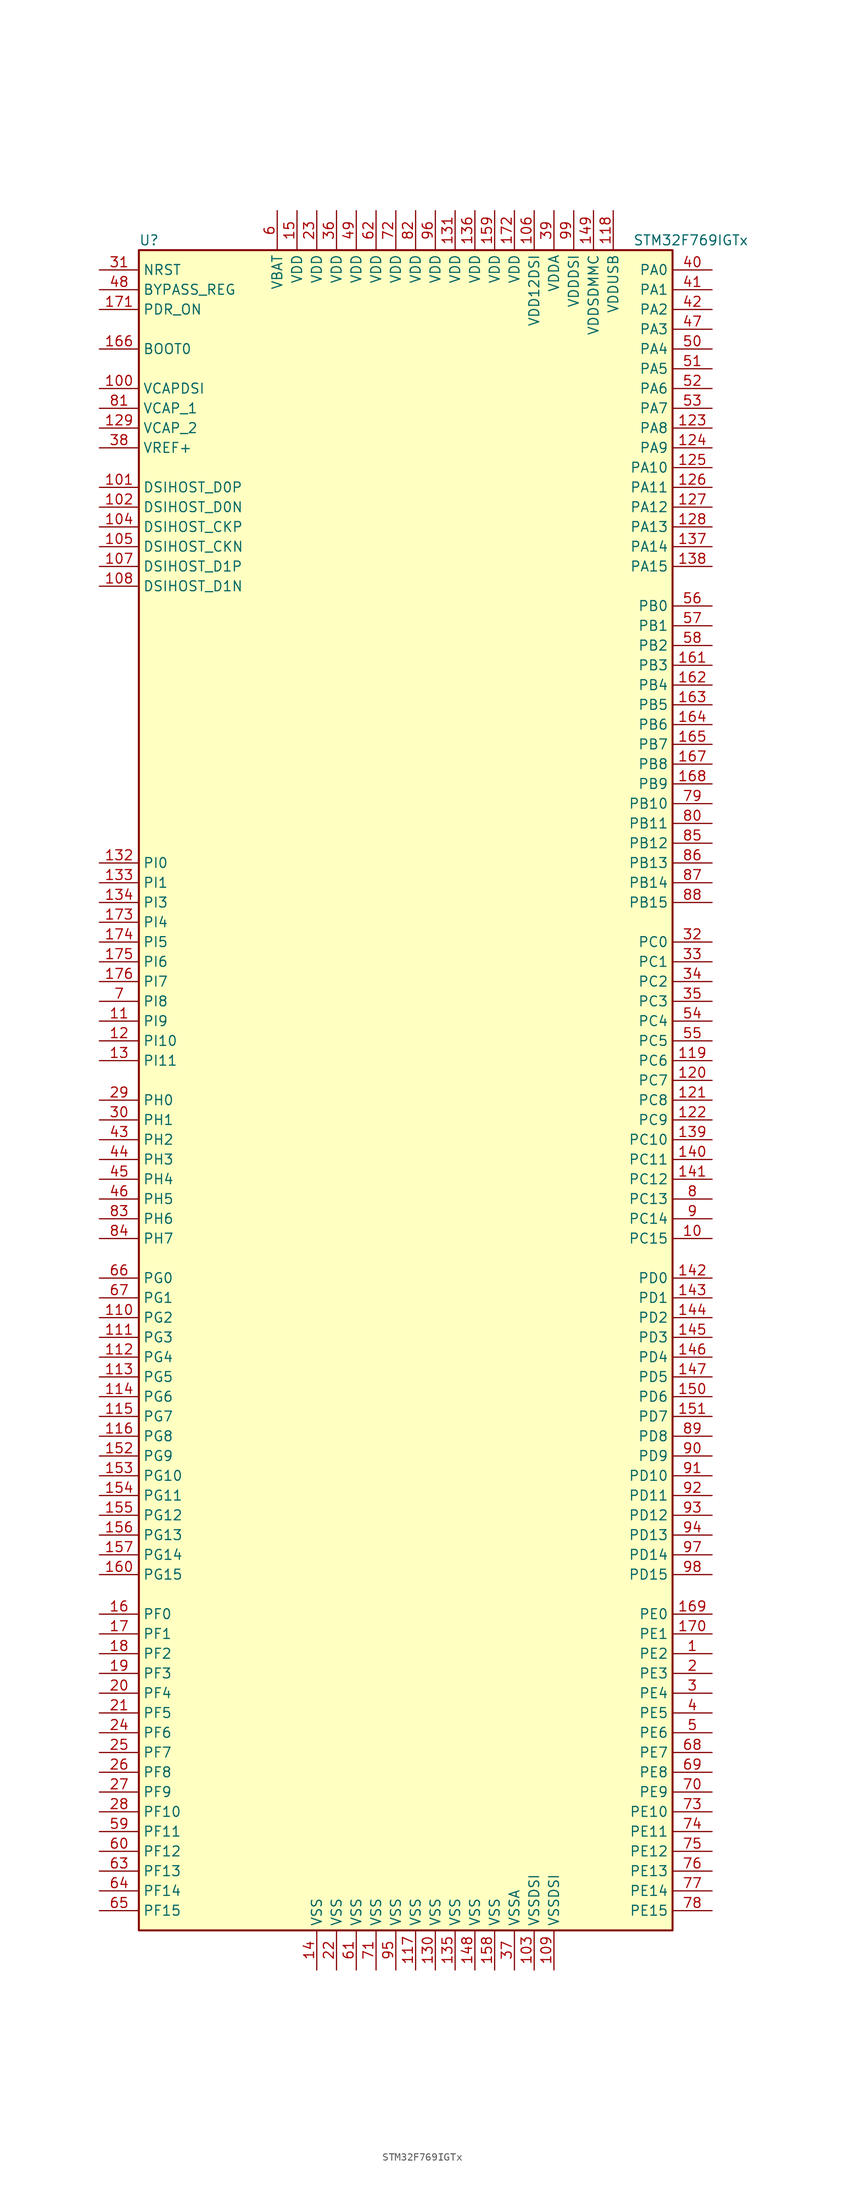
<source format=kicad_sym>
(kicad_symbol_lib
  (version 20220914)
  (generator kicad_symbol_editor)
  (symbol "STM32F769IGTx"
    (property "Reference" "U"
      (at -35.56 107.95 0)
      (effects (font (size 1.27 1.27)) (justify left)))
    (property "Value" "STM32F769IGTx"
      (at 27.94 107.95 0)
      (effects (font (size 1.27 1.27)) (justify left)))
    (symbol "STM32F769IGTx_0_1"
      (rectangle (start -35.56 -109.22) (end 33.02 106.68) (stroke (width 0.254) (type default)) (fill (type background))))
    (symbol "STM32F769IGTx_1_1"
      (pin bidirectional line (at 38.1 -73.66 180) (length 5.08) (name "PE2" (effects (font (size 1.27 1.27)))) (number "1" (effects (font (size 1.27 1.27)))))
      (pin bidirectional line (at 38.1 -20.32 180) (length 5.08) (name "PC15" (effects (font (size 1.27 1.27)))) (number "10" (effects (font (size 1.27 1.27)))))
      (pin power_in line (at -40.64 88.9 0) (length 5.08) (name "VCAPDSI" (effects (font (size 1.27 1.27)))) (number "100" (effects (font (size 1.27 1.27)))))
      (pin bidirectional line (at -40.64 76.2 0) (length 5.08) (name "DSIHOST_D0P" (effects (font (size 1.27 1.27)))) (number "101" (effects (font (size 1.27 1.27)))))
      (pin bidirectional line (at -40.64 73.66 0) (length 5.08) (name "DSIHOST_D0N" (effects (font (size 1.27 1.27)))) (number "102" (effects (font (size 1.27 1.27)))))
      (pin power_in line (at 15.24 -114.3 90) (length 5.08) (name "VSSDSI" (effects (font (size 1.27 1.27)))) (number "103" (effects (font (size 1.27 1.27)))))
      (pin bidirectional line (at -40.64 71.12 0) (length 5.08) (name "DSIHOST_CKP" (effects (font (size 1.27 1.27)))) (number "104" (effects (font (size 1.27 1.27)))))
      (pin bidirectional line (at -40.64 68.58 0) (length 5.08) (name "DSIHOST_CKN" (effects (font (size 1.27 1.27)))) (number "105" (effects (font (size 1.27 1.27)))))
      (pin power_in line (at 15.24 111.76 270) (length 5.08) (name "VDD12DSI" (effects (font (size 1.27 1.27)))) (number "106" (effects (font (size 1.27 1.27)))))
      (pin bidirectional line (at -40.64 66.04 0) (length 5.08) (name "DSIHOST_D1P" (effects (font (size 1.27 1.27)))) (number "107" (effects (font (size 1.27 1.27)))))
      (pin bidirectional line (at -40.64 63.5 0) (length 5.08) (name "DSIHOST_D1N" (effects (font (size 1.27 1.27)))) (number "108" (effects (font (size 1.27 1.27)))))
      (pin power_in line (at 17.78 -114.3 90) (length 5.08) (name "VSSDSI" (effects (font (size 1.27 1.27)))) (number "109" (effects (font (size 1.27 1.27)))))
      (pin bidirectional line (at -40.64 7.62 0) (length 5.08) (name "PI9" (effects (font (size 1.27 1.27)))) (number "11" (effects (font (size 1.27 1.27)))))
      (pin bidirectional line (at -40.64 -30.48 0) (length 5.08) (name "PG2" (effects (font (size 1.27 1.27)))) (number "110" (effects (font (size 1.27 1.27)))))
      (pin bidirectional line (at -40.64 -33.02 0) (length 5.08) (name "PG3" (effects (font (size 1.27 1.27)))) (number "111" (effects (font (size 1.27 1.27)))))
      (pin bidirectional line (at -40.64 -35.56 0) (length 5.08) (name "PG4" (effects (font (size 1.27 1.27)))) (number "112" (effects (font (size 1.27 1.27)))))
      (pin bidirectional line (at -40.64 -38.1 0) (length 5.08) (name "PG5" (effects (font (size 1.27 1.27)))) (number "113" (effects (font (size 1.27 1.27)))))
      (pin bidirectional line (at -40.64 -40.64 0) (length 5.08) (name "PG6" (effects (font (size 1.27 1.27)))) (number "114" (effects (font (size 1.27 1.27)))))
      (pin bidirectional line (at -40.64 -43.18 0) (length 5.08) (name "PG7" (effects (font (size 1.27 1.27)))) (number "115" (effects (font (size 1.27 1.27)))))
      (pin bidirectional line (at -40.64 -45.72 0) (length 5.08) (name "PG8" (effects (font (size 1.27 1.27)))) (number "116" (effects (font (size 1.27 1.27)))))
      (pin power_in line (at 0 -114.3 90) (length 5.08) (name "VSS" (effects (font (size 1.27 1.27)))) (number "117" (effects (font (size 1.27 1.27)))))
      (pin power_in line (at 25.4 111.76 270) (length 5.08) (name "VDDUSB" (effects (font (size 1.27 1.27)))) (number "118" (effects (font (size 1.27 1.27)))))
      (pin bidirectional line (at 38.1 2.54 180) (length 5.08) (name "PC6" (effects (font (size 1.27 1.27)))) (number "119" (effects (font (size 1.27 1.27)))))
      (pin bidirectional line (at -40.64 5.08 0) (length 5.08) (name "PI10" (effects (font (size 1.27 1.27)))) (number "12" (effects (font (size 1.27 1.27)))))
      (pin bidirectional line (at 38.1 0 180) (length 5.08) (name "PC7" (effects (font (size 1.27 1.27)))) (number "120" (effects (font (size 1.27 1.27)))))
      (pin bidirectional line (at 38.1 -2.54 180) (length 5.08) (name "PC8" (effects (font (size 1.27 1.27)))) (number "121" (effects (font (size 1.27 1.27)))))
      (pin bidirectional line (at 38.1 -5.08 180) (length 5.08) (name "PC9" (effects (font (size 1.27 1.27)))) (number "122" (effects (font (size 1.27 1.27)))))
      (pin bidirectional line (at 38.1 83.82 180) (length 5.08) (name "PA8" (effects (font (size 1.27 1.27)))) (number "123" (effects (font (size 1.27 1.27)))))
      (pin bidirectional line (at 38.1 81.28 180) (length 5.08) (name "PA9" (effects (font (size 1.27 1.27)))) (number "124" (effects (font (size 1.27 1.27)))))
      (pin bidirectional line (at 38.1 78.74 180) (length 5.08) (name "PA10" (effects (font (size 1.27 1.27)))) (number "125" (effects (font (size 1.27 1.27)))))
      (pin bidirectional line (at 38.1 76.2 180) (length 5.08) (name "PA11" (effects (font (size 1.27 1.27)))) (number "126" (effects (font (size 1.27 1.27)))))
      (pin bidirectional line (at 38.1 73.66 180) (length 5.08) (name "PA12" (effects (font (size 1.27 1.27)))) (number "127" (effects (font (size 1.27 1.27)))))
      (pin bidirectional line (at 38.1 71.12 180) (length 5.08) (name "PA13" (effects (font (size 1.27 1.27)))) (number "128" (effects (font (size 1.27 1.27)))))
      (pin power_in line (at -40.64 83.82 0) (length 5.08) (name "VCAP_2" (effects (font (size 1.27 1.27)))) (number "129" (effects (font (size 1.27 1.27)))))
      (pin bidirectional line (at -40.64 2.54 0) (length 5.08) (name "PI11" (effects (font (size 1.27 1.27)))) (number "13" (effects (font (size 1.27 1.27)))))
      (pin power_in line (at 2.54 -114.3 90) (length 5.08) (name "VSS" (effects (font (size 1.27 1.27)))) (number "130" (effects (font (size 1.27 1.27)))))
      (pin power_in line (at 5.08 111.76 270) (length 5.08) (name "VDD" (effects (font (size 1.27 1.27)))) (number "131" (effects (font (size 1.27 1.27)))))
      (pin bidirectional line (at -40.64 27.94 0) (length 5.08) (name "PI0" (effects (font (size 1.27 1.27)))) (number "132" (effects (font (size 1.27 1.27)))))
      (pin bidirectional line (at -40.64 25.4 0) (length 5.08) (name "PI1" (effects (font (size 1.27 1.27)))) (number "133" (effects (font (size 1.27 1.27)))))
      (pin bidirectional line (at -40.64 22.86 0) (length 5.08) (name "PI3" (effects (font (size 1.27 1.27)))) (number "134" (effects (font (size 1.27 1.27)))))
      (pin power_in line (at 5.08 -114.3 90) (length 5.08) (name "VSS" (effects (font (size 1.27 1.27)))) (number "135" (effects (font (size 1.27 1.27)))))
      (pin power_in line (at 7.62 111.76 270) (length 5.08) (name "VDD" (effects (font (size 1.27 1.27)))) (number "136" (effects (font (size 1.27 1.27)))))
      (pin bidirectional line (at 38.1 68.58 180) (length 5.08) (name "PA14" (effects (font (size 1.27 1.27)))) (number "137" (effects (font (size 1.27 1.27)))))
      (pin bidirectional line (at 38.1 66.04 180) (length 5.08) (name "PA15" (effects (font (size 1.27 1.27)))) (number "138" (effects (font (size 1.27 1.27)))))
      (pin bidirectional line (at 38.1 -7.62 180) (length 5.08) (name "PC10" (effects (font (size 1.27 1.27)))) (number "139" (effects (font (size 1.27 1.27)))))
      (pin power_in line (at -12.7 -114.3 90) (length 5.08) (name "VSS" (effects (font (size 1.27 1.27)))) (number "14" (effects (font (size 1.27 1.27)))))
      (pin bidirectional line (at 38.1 -10.16 180) (length 5.08) (name "PC11" (effects (font (size 1.27 1.27)))) (number "140" (effects (font (size 1.27 1.27)))))
      (pin bidirectional line (at 38.1 -12.7 180) (length 5.08) (name "PC12" (effects (font (size 1.27 1.27)))) (number "141" (effects (font (size 1.27 1.27)))))
      (pin bidirectional line (at 38.1 -25.4 180) (length 5.08) (name "PD0" (effects (font (size 1.27 1.27)))) (number "142" (effects (font (size 1.27 1.27)))))
      (pin bidirectional line (at 38.1 -27.94 180) (length 5.08) (name "PD1" (effects (font (size 1.27 1.27)))) (number "143" (effects (font (size 1.27 1.27)))))
      (pin bidirectional line (at 38.1 -30.48 180) (length 5.08) (name "PD2" (effects (font (size 1.27 1.27)))) (number "144" (effects (font (size 1.27 1.27)))))
      (pin bidirectional line (at 38.1 -33.02 180) (length 5.08) (name "PD3" (effects (font (size 1.27 1.27)))) (number "145" (effects (font (size 1.27 1.27)))))
      (pin bidirectional line (at 38.1 -35.56 180) (length 5.08) (name "PD4" (effects (font (size 1.27 1.27)))) (number "146" (effects (font (size 1.27 1.27)))))
      (pin bidirectional line (at 38.1 -38.1 180) (length 5.08) (name "PD5" (effects (font (size 1.27 1.27)))) (number "147" (effects (font (size 1.27 1.27)))))
      (pin power_in line (at 7.62 -114.3 90) (length 5.08) (name "VSS" (effects (font (size 1.27 1.27)))) (number "148" (effects (font (size 1.27 1.27)))))
      (pin power_in line (at 22.86 111.76 270) (length 5.08) (name "VDDSDMMC" (effects (font (size 1.27 1.27)))) (number "149" (effects (font (size 1.27 1.27)))))
      (pin power_in line (at -15.24 111.76 270) (length 5.08) (name "VDD" (effects (font (size 1.27 1.27)))) (number "15" (effects (font (size 1.27 1.27)))))
      (pin bidirectional line (at 38.1 -40.64 180) (length 5.08) (name "PD6" (effects (font (size 1.27 1.27)))) (number "150" (effects (font (size 1.27 1.27)))))
      (pin bidirectional line (at 38.1 -43.18 180) (length 5.08) (name "PD7" (effects (font (size 1.27 1.27)))) (number "151" (effects (font (size 1.27 1.27)))))
      (pin bidirectional line (at -40.64 -48.26 0) (length 5.08) (name "PG9" (effects (font (size 1.27 1.27)))) (number "152" (effects (font (size 1.27 1.27)))))
      (pin bidirectional line (at -40.64 -50.8 0) (length 5.08) (name "PG10" (effects (font (size 1.27 1.27)))) (number "153" (effects (font (size 1.27 1.27)))))
      (pin bidirectional line (at -40.64 -53.34 0) (length 5.08) (name "PG11" (effects (font (size 1.27 1.27)))) (number "154" (effects (font (size 1.27 1.27)))))
      (pin bidirectional line (at -40.64 -55.88 0) (length 5.08) (name "PG12" (effects (font (size 1.27 1.27)))) (number "155" (effects (font (size 1.27 1.27)))))
      (pin bidirectional line (at -40.64 -58.42 0) (length 5.08) (name "PG13" (effects (font (size 1.27 1.27)))) (number "156" (effects (font (size 1.27 1.27)))))
      (pin bidirectional line (at -40.64 -60.96 0) (length 5.08) (name "PG14" (effects (font (size 1.27 1.27)))) (number "157" (effects (font (size 1.27 1.27)))))
      (pin power_in line (at 10.16 -114.3 90) (length 5.08) (name "VSS" (effects (font (size 1.27 1.27)))) (number "158" (effects (font (size 1.27 1.27)))))
      (pin power_in line (at 10.16 111.76 270) (length 5.08) (name "VDD" (effects (font (size 1.27 1.27)))) (number "159" (effects (font (size 1.27 1.27)))))
      (pin bidirectional line (at -40.64 -68.58 0) (length 5.08) (name "PF0" (effects (font (size 1.27 1.27)))) (number "16" (effects (font (size 1.27 1.27)))))
      (pin bidirectional line (at -40.64 -63.5 0) (length 5.08) (name "PG15" (effects (font (size 1.27 1.27)))) (number "160" (effects (font (size 1.27 1.27)))))
      (pin bidirectional line (at 38.1 53.34 180) (length 5.08) (name "PB3" (effects (font (size 1.27 1.27)))) (number "161" (effects (font (size 1.27 1.27)))))
      (pin bidirectional line (at 38.1 50.8 180) (length 5.08) (name "PB4" (effects (font (size 1.27 1.27)))) (number "162" (effects (font (size 1.27 1.27)))))
      (pin bidirectional line (at 38.1 48.26 180) (length 5.08) (name "PB5" (effects (font (size 1.27 1.27)))) (number "163" (effects (font (size 1.27 1.27)))))
      (pin bidirectional line (at 38.1 45.72 180) (length 5.08) (name "PB6" (effects (font (size 1.27 1.27)))) (number "164" (effects (font (size 1.27 1.27)))))
      (pin bidirectional line (at 38.1 43.18 180) (length 5.08) (name "PB7" (effects (font (size 1.27 1.27)))) (number "165" (effects (font (size 1.27 1.27)))))
      (pin input line (at -40.64 93.98 0) (length 5.08) (name "BOOT0" (effects (font (size 1.27 1.27)))) (number "166" (effects (font (size 1.27 1.27)))))
      (pin bidirectional line (at 38.1 40.64 180) (length 5.08) (name "PB8" (effects (font (size 1.27 1.27)))) (number "167" (effects (font (size 1.27 1.27)))))
      (pin bidirectional line (at 38.1 38.1 180) (length 5.08) (name "PB9" (effects (font (size 1.27 1.27)))) (number "168" (effects (font (size 1.27 1.27)))))
      (pin bidirectional line (at 38.1 -68.58 180) (length 5.08) (name "PE0" (effects (font (size 1.27 1.27)))) (number "169" (effects (font (size 1.27 1.27)))))
      (pin bidirectional line (at -40.64 -71.12 0) (length 5.08) (name "PF1" (effects (font (size 1.27 1.27)))) (number "17" (effects (font (size 1.27 1.27)))))
      (pin bidirectional line (at 38.1 -71.12 180) (length 5.08) (name "PE1" (effects (font (size 1.27 1.27)))) (number "170" (effects (font (size 1.27 1.27)))))
      (pin input line (at -40.64 99.06 0) (length 5.08) (name "PDR_ON" (effects (font (size 1.27 1.27)))) (number "171" (effects (font (size 1.27 1.27)))))
      (pin power_in line (at 12.7 111.76 270) (length 5.08) (name "VDD" (effects (font (size 1.27 1.27)))) (number "172" (effects (font (size 1.27 1.27)))))
      (pin bidirectional line (at -40.64 20.32 0) (length 5.08) (name "PI4" (effects (font (size 1.27 1.27)))) (number "173" (effects (font (size 1.27 1.27)))))
      (pin bidirectional line (at -40.64 17.78 0) (length 5.08) (name "PI5" (effects (font (size 1.27 1.27)))) (number "174" (effects (font (size 1.27 1.27)))))
      (pin bidirectional line (at -40.64 15.24 0) (length 5.08) (name "PI6" (effects (font (size 1.27 1.27)))) (number "175" (effects (font (size 1.27 1.27)))))
      (pin bidirectional line (at -40.64 12.7 0) (length 5.08) (name "PI7" (effects (font (size 1.27 1.27)))) (number "176" (effects (font (size 1.27 1.27)))))
      (pin bidirectional line (at -40.64 -73.66 0) (length 5.08) (name "PF2" (effects (font (size 1.27 1.27)))) (number "18" (effects (font (size 1.27 1.27)))))
      (pin bidirectional line (at -40.64 -76.2 0) (length 5.08) (name "PF3" (effects (font (size 1.27 1.27)))) (number "19" (effects (font (size 1.27 1.27)))))
      (pin bidirectional line (at 38.1 -76.2 180) (length 5.08) (name "PE3" (effects (font (size 1.27 1.27)))) (number "2" (effects (font (size 1.27 1.27)))))
      (pin bidirectional line (at -40.64 -78.74 0) (length 5.08) (name "PF4" (effects (font (size 1.27 1.27)))) (number "20" (effects (font (size 1.27 1.27)))))
      (pin bidirectional line (at -40.64 -81.28 0) (length 5.08) (name "PF5" (effects (font (size 1.27 1.27)))) (number "21" (effects (font (size 1.27 1.27)))))
      (pin power_in line (at -10.16 -114.3 90) (length 5.08) (name "VSS" (effects (font (size 1.27 1.27)))) (number "22" (effects (font (size 1.27 1.27)))))
      (pin power_in line (at -12.7 111.76 270) (length 5.08) (name "VDD" (effects (font (size 1.27 1.27)))) (number "23" (effects (font (size 1.27 1.27)))))
      (pin bidirectional line (at -40.64 -83.82 0) (length 5.08) (name "PF6" (effects (font (size 1.27 1.27)))) (number "24" (effects (font (size 1.27 1.27)))))
      (pin bidirectional line (at -40.64 -86.36 0) (length 5.08) (name "PF7" (effects (font (size 1.27 1.27)))) (number "25" (effects (font (size 1.27 1.27)))))
      (pin bidirectional line (at -40.64 -88.9 0) (length 5.08) (name "PF8" (effects (font (size 1.27 1.27)))) (number "26" (effects (font (size 1.27 1.27)))))
      (pin bidirectional line (at -40.64 -91.44 0) (length 5.08) (name "PF9" (effects (font (size 1.27 1.27)))) (number "27" (effects (font (size 1.27 1.27)))))
      (pin bidirectional line (at -40.64 -93.98 0) (length 5.08) (name "PF10" (effects (font (size 1.27 1.27)))) (number "28" (effects (font (size 1.27 1.27)))))
      (pin input line (at -40.64 -2.54 0) (length 5.08) (name "PH0" (effects (font (size 1.27 1.27)))) (number "29" (effects (font (size 1.27 1.27)))))
      (pin bidirectional line (at 38.1 -78.74 180) (length 5.08) (name "PE4" (effects (font (size 1.27 1.27)))) (number "3" (effects (font (size 1.27 1.27)))))
      (pin input line (at -40.64 -5.08 0) (length 5.08) (name "PH1" (effects (font (size 1.27 1.27)))) (number "30" (effects (font (size 1.27 1.27)))))
      (pin input line (at -40.64 104.14 0) (length 5.08) (name "NRST" (effects (font (size 1.27 1.27)))) (number "31" (effects (font (size 1.27 1.27)))))
      (pin bidirectional line (at 38.1 17.78 180) (length 5.08) (name "PC0" (effects (font (size 1.27 1.27)))) (number "32" (effects (font (size 1.27 1.27)))))
      (pin bidirectional line (at 38.1 15.24 180) (length 5.08) (name "PC1" (effects (font (size 1.27 1.27)))) (number "33" (effects (font (size 1.27 1.27)))))
      (pin bidirectional line (at 38.1 12.7 180) (length 5.08) (name "PC2" (effects (font (size 1.27 1.27)))) (number "34" (effects (font (size 1.27 1.27)))))
      (pin bidirectional line (at 38.1 10.16 180) (length 5.08) (name "PC3" (effects (font (size 1.27 1.27)))) (number "35" (effects (font (size 1.27 1.27)))))
      (pin power_in line (at -10.16 111.76 270) (length 5.08) (name "VDD" (effects (font (size 1.27 1.27)))) (number "36" (effects (font (size 1.27 1.27)))))
      (pin power_in line (at 12.7 -114.3 90) (length 5.08) (name "VSSA" (effects (font (size 1.27 1.27)))) (number "37" (effects (font (size 1.27 1.27)))))
      (pin power_in line (at -40.64 81.28 0) (length 5.08) (name "VREF+" (effects (font (size 1.27 1.27)))) (number "38" (effects (font (size 1.27 1.27)))))
      (pin power_in line (at 17.78 111.76 270) (length 5.08) (name "VDDA" (effects (font (size 1.27 1.27)))) (number "39" (effects (font (size 1.27 1.27)))))
      (pin bidirectional line (at 38.1 -81.28 180) (length 5.08) (name "PE5" (effects (font (size 1.27 1.27)))) (number "4" (effects (font (size 1.27 1.27)))))
      (pin bidirectional line (at 38.1 104.14 180) (length 5.08) (name "PA0" (effects (font (size 1.27 1.27)))) (number "40" (effects (font (size 1.27 1.27)))))
      (pin bidirectional line (at 38.1 101.6 180) (length 5.08) (name "PA1" (effects (font (size 1.27 1.27)))) (number "41" (effects (font (size 1.27 1.27)))))
      (pin bidirectional line (at 38.1 99.06 180) (length 5.08) (name "PA2" (effects (font (size 1.27 1.27)))) (number "42" (effects (font (size 1.27 1.27)))))
      (pin bidirectional line (at -40.64 -7.62 0) (length 5.08) (name "PH2" (effects (font (size 1.27 1.27)))) (number "43" (effects (font (size 1.27 1.27)))))
      (pin bidirectional line (at -40.64 -10.16 0) (length 5.08) (name "PH3" (effects (font (size 1.27 1.27)))) (number "44" (effects (font (size 1.27 1.27)))))
      (pin bidirectional line (at -40.64 -12.7 0) (length 5.08) (name "PH4" (effects (font (size 1.27 1.27)))) (number "45" (effects (font (size 1.27 1.27)))))
      (pin bidirectional line (at -40.64 -15.24 0) (length 5.08) (name "PH5" (effects (font (size 1.27 1.27)))) (number "46" (effects (font (size 1.27 1.27)))))
      (pin bidirectional line (at 38.1 96.52 180) (length 5.08) (name "PA3" (effects (font (size 1.27 1.27)))) (number "47" (effects (font (size 1.27 1.27)))))
      (pin input line (at -40.64 101.6 0) (length 5.08) (name "BYPASS_REG" (effects (font (size 1.27 1.27)))) (number "48" (effects (font (size 1.27 1.27)))))
      (pin power_in line (at -7.62 111.76 270) (length 5.08) (name "VDD" (effects (font (size 1.27 1.27)))) (number "49" (effects (font (size 1.27 1.27)))))
      (pin bidirectional line (at 38.1 -83.82 180) (length 5.08) (name "PE6" (effects (font (size 1.27 1.27)))) (number "5" (effects (font (size 1.27 1.27)))))
      (pin bidirectional line (at 38.1 93.98 180) (length 5.08) (name "PA4" (effects (font (size 1.27 1.27)))) (number "50" (effects (font (size 1.27 1.27)))))
      (pin bidirectional line (at 38.1 91.44 180) (length 5.08) (name "PA5" (effects (font (size 1.27 1.27)))) (number "51" (effects (font (size 1.27 1.27)))))
      (pin bidirectional line (at 38.1 88.9 180) (length 5.08) (name "PA6" (effects (font (size 1.27 1.27)))) (number "52" (effects (font (size 1.27 1.27)))))
      (pin bidirectional line (at 38.1 86.36 180) (length 5.08) (name "PA7" (effects (font (size 1.27 1.27)))) (number "53" (effects (font (size 1.27 1.27)))))
      (pin bidirectional line (at 38.1 7.62 180) (length 5.08) (name "PC4" (effects (font (size 1.27 1.27)))) (number "54" (effects (font (size 1.27 1.27)))))
      (pin bidirectional line (at 38.1 5.08 180) (length 5.08) (name "PC5" (effects (font (size 1.27 1.27)))) (number "55" (effects (font (size 1.27 1.27)))))
      (pin bidirectional line (at 38.1 60.96 180) (length 5.08) (name "PB0" (effects (font (size 1.27 1.27)))) (number "56" (effects (font (size 1.27 1.27)))))
      (pin bidirectional line (at 38.1 58.42 180) (length 5.08) (name "PB1" (effects (font (size 1.27 1.27)))) (number "57" (effects (font (size 1.27 1.27)))))
      (pin bidirectional line (at 38.1 55.88 180) (length 5.08) (name "PB2" (effects (font (size 1.27 1.27)))) (number "58" (effects (font (size 1.27 1.27)))))
      (pin bidirectional line (at -40.64 -96.52 0) (length 5.08) (name "PF11" (effects (font (size 1.27 1.27)))) (number "59" (effects (font (size 1.27 1.27)))))
      (pin power_in line (at -17.78 111.76 270) (length 5.08) (name "VBAT" (effects (font (size 1.27 1.27)))) (number "6" (effects (font (size 1.27 1.27)))))
      (pin bidirectional line (at -40.64 -99.06 0) (length 5.08) (name "PF12" (effects (font (size 1.27 1.27)))) (number "60" (effects (font (size 1.27 1.27)))))
      (pin power_in line (at -7.62 -114.3 90) (length 5.08) (name "VSS" (effects (font (size 1.27 1.27)))) (number "61" (effects (font (size 1.27 1.27)))))
      (pin power_in line (at -5.08 111.76 270) (length 5.08) (name "VDD" (effects (font (size 1.27 1.27)))) (number "62" (effects (font (size 1.27 1.27)))))
      (pin bidirectional line (at -40.64 -101.6 0) (length 5.08) (name "PF13" (effects (font (size 1.27 1.27)))) (number "63" (effects (font (size 1.27 1.27)))))
      (pin bidirectional line (at -40.64 -104.14 0) (length 5.08) (name "PF14" (effects (font (size 1.27 1.27)))) (number "64" (effects (font (size 1.27 1.27)))))
      (pin bidirectional line (at -40.64 -106.68 0) (length 5.08) (name "PF15" (effects (font (size 1.27 1.27)))) (number "65" (effects (font (size 1.27 1.27)))))
      (pin bidirectional line (at -40.64 -25.4 0) (length 5.08) (name "PG0" (effects (font (size 1.27 1.27)))) (number "66" (effects (font (size 1.27 1.27)))))
      (pin bidirectional line (at -40.64 -27.94 0) (length 5.08) (name "PG1" (effects (font (size 1.27 1.27)))) (number "67" (effects (font (size 1.27 1.27)))))
      (pin bidirectional line (at 38.1 -86.36 180) (length 5.08) (name "PE7" (effects (font (size 1.27 1.27)))) (number "68" (effects (font (size 1.27 1.27)))))
      (pin bidirectional line (at 38.1 -88.9 180) (length 5.08) (name "PE8" (effects (font (size 1.27 1.27)))) (number "69" (effects (font (size 1.27 1.27)))))
      (pin bidirectional line (at -40.64 10.16 0) (length 5.08) (name "PI8" (effects (font (size 1.27 1.27)))) (number "7" (effects (font (size 1.27 1.27)))))
      (pin bidirectional line (at 38.1 -91.44 180) (length 5.08) (name "PE9" (effects (font (size 1.27 1.27)))) (number "70" (effects (font (size 1.27 1.27)))))
      (pin power_in line (at -5.08 -114.3 90) (length 5.08) (name "VSS" (effects (font (size 1.27 1.27)))) (number "71" (effects (font (size 1.27 1.27)))))
      (pin power_in line (at -2.54 111.76 270) (length 5.08) (name "VDD" (effects (font (size 1.27 1.27)))) (number "72" (effects (font (size 1.27 1.27)))))
      (pin bidirectional line (at 38.1 -93.98 180) (length 5.08) (name "PE10" (effects (font (size 1.27 1.27)))) (number "73" (effects (font (size 1.27 1.27)))))
      (pin bidirectional line (at 38.1 -96.52 180) (length 5.08) (name "PE11" (effects (font (size 1.27 1.27)))) (number "74" (effects (font (size 1.27 1.27)))))
      (pin bidirectional line (at 38.1 -99.06 180) (length 5.08) (name "PE12" (effects (font (size 1.27 1.27)))) (number "75" (effects (font (size 1.27 1.27)))))
      (pin bidirectional line (at 38.1 -101.6 180) (length 5.08) (name "PE13" (effects (font (size 1.27 1.27)))) (number "76" (effects (font (size 1.27 1.27)))))
      (pin bidirectional line (at 38.1 -104.14 180) (length 5.08) (name "PE14" (effects (font (size 1.27 1.27)))) (number "77" (effects (font (size 1.27 1.27)))))
      (pin bidirectional line (at 38.1 -106.68 180) (length 5.08) (name "PE15" (effects (font (size 1.27 1.27)))) (number "78" (effects (font (size 1.27 1.27)))))
      (pin bidirectional line (at 38.1 35.56 180) (length 5.08) (name "PB10" (effects (font (size 1.27 1.27)))) (number "79" (effects (font (size 1.27 1.27)))))
      (pin bidirectional line (at 38.1 -15.24 180) (length 5.08) (name "PC13" (effects (font (size 1.27 1.27)))) (number "8" (effects (font (size 1.27 1.27)))))
      (pin bidirectional line (at 38.1 33.02 180) (length 5.08) (name "PB11" (effects (font (size 1.27 1.27)))) (number "80" (effects (font (size 1.27 1.27)))))
      (pin power_in line (at -40.64 86.36 0) (length 5.08) (name "VCAP_1" (effects (font (size 1.27 1.27)))) (number "81" (effects (font (size 1.27 1.27)))))
      (pin power_in line (at 0 111.76 270) (length 5.08) (name "VDD" (effects (font (size 1.27 1.27)))) (number "82" (effects (font (size 1.27 1.27)))))
      (pin bidirectional line (at -40.64 -17.78 0) (length 5.08) (name "PH6" (effects (font (size 1.27 1.27)))) (number "83" (effects (font (size 1.27 1.27)))))
      (pin bidirectional line (at -40.64 -20.32 0) (length 5.08) (name "PH7" (effects (font (size 1.27 1.27)))) (number "84" (effects (font (size 1.27 1.27)))))
      (pin bidirectional line (at 38.1 30.48 180) (length 5.08) (name "PB12" (effects (font (size 1.27 1.27)))) (number "85" (effects (font (size 1.27 1.27)))))
      (pin bidirectional line (at 38.1 27.94 180) (length 5.08) (name "PB13" (effects (font (size 1.27 1.27)))) (number "86" (effects (font (size 1.27 1.27)))))
      (pin bidirectional line (at 38.1 25.4 180) (length 5.08) (name "PB14" (effects (font (size 1.27 1.27)))) (number "87" (effects (font (size 1.27 1.27)))))
      (pin bidirectional line (at 38.1 22.86 180) (length 5.08) (name "PB15" (effects (font (size 1.27 1.27)))) (number "88" (effects (font (size 1.27 1.27)))))
      (pin bidirectional line (at 38.1 -45.72 180) (length 5.08) (name "PD8" (effects (font (size 1.27 1.27)))) (number "89" (effects (font (size 1.27 1.27)))))
      (pin bidirectional line (at 38.1 -17.78 180) (length 5.08) (name "PC14" (effects (font (size 1.27 1.27)))) (number "9" (effects (font (size 1.27 1.27)))))
      (pin bidirectional line (at 38.1 -48.26 180) (length 5.08) (name "PD9" (effects (font (size 1.27 1.27)))) (number "90" (effects (font (size 1.27 1.27)))))
      (pin bidirectional line (at 38.1 -50.8 180) (length 5.08) (name "PD10" (effects (font (size 1.27 1.27)))) (number "91" (effects (font (size 1.27 1.27)))))
      (pin bidirectional line (at 38.1 -53.34 180) (length 5.08) (name "PD11" (effects (font (size 1.27 1.27)))) (number "92" (effects (font (size 1.27 1.27)))))
      (pin bidirectional line (at 38.1 -55.88 180) (length 5.08) (name "PD12" (effects (font (size 1.27 1.27)))) (number "93" (effects (font (size 1.27 1.27)))))
      (pin bidirectional line (at 38.1 -58.42 180) (length 5.08) (name "PD13" (effects (font (size 1.27 1.27)))) (number "94" (effects (font (size 1.27 1.27)))))
      (pin power_in line (at -2.54 -114.3 90) (length 5.08) (name "VSS" (effects (font (size 1.27 1.27)))) (number "95" (effects (font (size 1.27 1.27)))))
      (pin power_in line (at 2.54 111.76 270) (length 5.08) (name "VDD" (effects (font (size 1.27 1.27)))) (number "96" (effects (font (size 1.27 1.27)))))
      (pin bidirectional line (at 38.1 -60.96 180) (length 5.08) (name "PD14" (effects (font (size 1.27 1.27)))) (number "97" (effects (font (size 1.27 1.27)))))
      (pin bidirectional line (at 38.1 -63.5 180) (length 5.08) (name "PD15" (effects (font (size 1.27 1.27)))) (number "98" (effects (font (size 1.27 1.27)))))
      (pin power_in line (at 20.32 111.76 270) (length 5.08) (name "VDDDSI" (effects (font (size 1.27 1.27)))) (number "99" (effects (font (size 1.27 1.27))))))))
</source>
